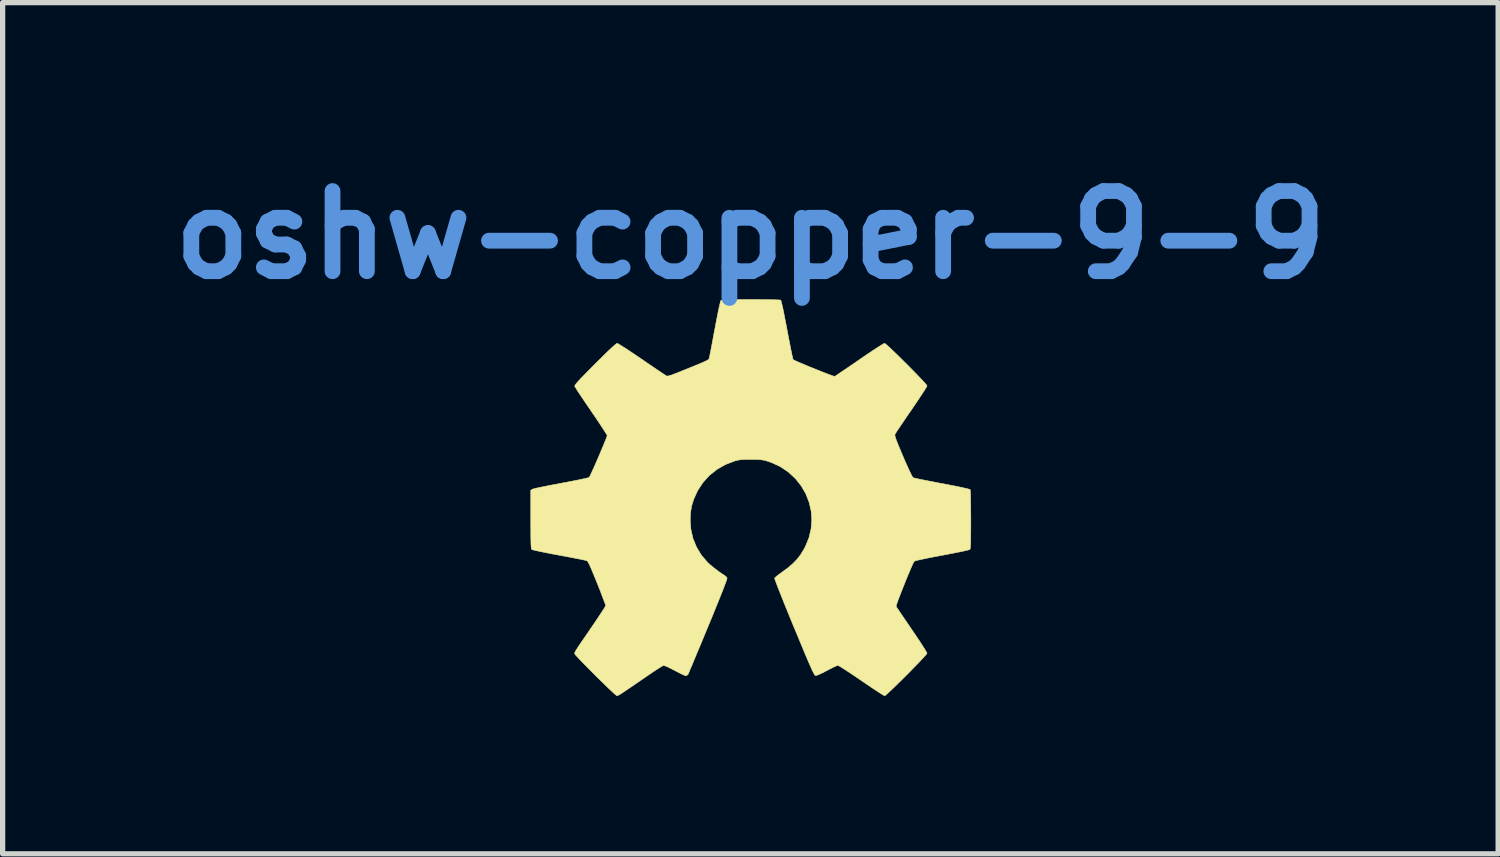
<source format=kicad_pcb>
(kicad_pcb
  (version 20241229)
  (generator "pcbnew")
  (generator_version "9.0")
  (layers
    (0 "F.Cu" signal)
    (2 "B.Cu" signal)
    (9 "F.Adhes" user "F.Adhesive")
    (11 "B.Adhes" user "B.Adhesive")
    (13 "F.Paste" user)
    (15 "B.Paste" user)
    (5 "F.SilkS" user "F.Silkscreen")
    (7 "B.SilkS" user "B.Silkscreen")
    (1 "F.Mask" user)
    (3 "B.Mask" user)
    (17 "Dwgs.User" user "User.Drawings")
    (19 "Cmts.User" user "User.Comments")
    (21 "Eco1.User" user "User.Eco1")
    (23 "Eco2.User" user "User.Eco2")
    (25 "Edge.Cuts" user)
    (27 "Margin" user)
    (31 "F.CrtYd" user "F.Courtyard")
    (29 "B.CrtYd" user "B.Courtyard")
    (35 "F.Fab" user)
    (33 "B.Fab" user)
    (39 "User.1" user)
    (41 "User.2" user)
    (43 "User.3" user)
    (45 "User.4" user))
  (footprint "oshw-copper-9-9"
    (layer "F.Cu")
    (at 11.22 6.498)
    (property "Reference" "oshw-copper-9-9" (at 0 -5.08 0) (layer "Cmts.User") (effects (font (size 1.524 1.524) (thickness 0.3))))
    (attr through_hole)
    (fp_poly (pts (xy 0.128 -3.852) (xy 0.242 -3.851) (xy 0.344 -3.85) (xy 0.432 -3.848) (xy 0.501 -3.846) (xy 0.55 -3.844) (xy 0.574 -3.841) (xy 0.576 -3.84) (xy 0.583 -3.824) (xy 0.594 -3.781) (xy 0.61 -3.715) (xy 0.629 -3.626) (xy 0.65 -3.518) (xy 0.675 -3.391) (xy 0.697 -3.275) (xy 0.72 -3.154) (xy 0.742 -3.041) (xy 0.762 -2.94) (xy 0.779 -2.853) (xy 0.794 -2.784) (xy 0.805 -2.736) (xy 0.812 -2.711) (xy 0.813 -2.709) (xy 0.831 -2.699) (xy 0.87 -2.681) (xy 0.927 -2.656) (xy 0.998 -2.626) (xy 1.078 -2.592) (xy 1.165 -2.557) (xy 1.254 -2.521) (xy 1.34 -2.486) (xy 1.421 -2.455) (xy 1.491 -2.428) (xy 1.547 -2.407) (xy 1.586 -2.394) (xy 1.602 -2.39) (xy 1.602 -2.39) (xy 1.617 -2.399) (xy 1.652 -2.422) (xy 1.705 -2.458) (xy 1.774 -2.505) (xy 1.856 -2.56) (xy 1.948 -2.623) (xy 2.047 -2.691) (xy 2.071 -2.708) (xy 2.172 -2.777) (xy 2.267 -2.841) (xy 2.352 -2.898) (xy 2.426 -2.946) (xy 2.485 -2.983) (xy 2.527 -3.008) (xy 2.548 -3.019) (xy 2.55 -3.02) (xy 2.566 -3.01) (xy 2.599 -2.983) (xy 2.646 -2.94) (xy 2.704 -2.885) (xy 2.772 -2.82) (xy 2.846 -2.748) (xy 2.923 -2.671) (xy 3.002 -2.593) (xy 3.079 -2.515) (xy 3.151 -2.441) (xy 3.217 -2.372) (xy 3.273 -2.313) (xy 3.317 -2.264) (xy 3.347 -2.23) (xy 3.358 -2.212) (xy 3.358 -2.211) (xy 3.351 -2.194) (xy 3.329 -2.157) (xy 3.294 -2.102) (xy 3.248 -2.032) (xy 3.194 -1.949) (xy 3.132 -1.858) (xy 3.065 -1.759) (xy 3.061 -1.753) (xy 2.992 -1.654) (xy 2.929 -1.561) (xy 2.872 -1.477) (xy 2.824 -1.405) (xy 2.786 -1.349) (xy 2.761 -1.309) (xy 2.749 -1.29) (xy 2.749 -1.29) (xy 2.747 -1.277) (xy 2.75 -1.255) (xy 2.759 -1.222) (xy 2.776 -1.175) (xy 2.801 -1.111) (xy 2.835 -1.028) (xy 2.879 -0.923) (xy 2.902 -0.869) (xy 2.947 -0.764) (xy 2.989 -0.671) (xy 3.026 -0.591) (xy 3.056 -0.528) (xy 3.079 -0.485) (xy 3.092 -0.465) (xy 3.094 -0.464) (xy 3.113 -0.459) (xy 3.156 -0.449) (xy 3.221 -0.435) (xy 3.304 -0.418) (xy 3.402 -0.399) (xy 3.512 -0.378) (xy 3.63 -0.355) (xy 3.643 -0.353) (xy 3.778 -0.327) (xy 3.897 -0.304) (xy 3.998 -0.283) (xy 4.079 -0.265) (xy 4.137 -0.251) (xy 4.171 -0.241) (xy 4.179 -0.237) (xy 4.182 -0.219) (xy 4.184 -0.176) (xy 4.186 -0.112) (xy 4.188 -0.028) (xy 4.189 0.071) (xy 4.19 0.182) (xy 4.191 0.303) (xy 4.191 0.333) (xy 4.191 0.477) (xy 4.19 0.594) (xy 4.189 0.688) (xy 4.188 0.761) (xy 4.186 0.816) (xy 4.183 0.856) (xy 4.18 0.881) (xy 4.175 0.896) (xy 4.171 0.902) (xy 4.153 0.908) (xy 4.11 0.919) (xy 4.047 0.933) (xy 3.965 0.95) (xy 3.868 0.969) (xy 3.76 0.99) (xy 3.645 1.012) (xy 3.517 1.036) (xy 3.402 1.058) (xy 3.303 1.079) (xy 3.222 1.096) (xy 3.162 1.11) (xy 3.126 1.121) (xy 3.116 1.125) (xy 3.105 1.143) (xy 3.085 1.183) (xy 3.059 1.242) (xy 3.028 1.314) (xy 2.993 1.397) (xy 2.956 1.487) (xy 2.919 1.58) (xy 2.883 1.671) (xy 2.849 1.758) (xy 2.819 1.835) (xy 2.795 1.901) (xy 2.779 1.949) (xy 2.771 1.978) (xy 2.771 1.983) (xy 2.78 1.998) (xy 2.804 2.034) (xy 2.84 2.088) (xy 2.886 2.156) (xy 2.941 2.237) (xy 3.003 2.328) (xy 3.068 2.424) (xy 3.135 2.522) (xy 3.196 2.613) (xy 3.25 2.695) (xy 3.295 2.765) (xy 3.329 2.82) (xy 3.351 2.857) (xy 3.358 2.874) (xy 3.349 2.89) (xy 3.321 2.922) (xy 3.279 2.969) (xy 3.224 3.028) (xy 3.159 3.095) (xy 3.087 3.169) (xy 3.011 3.247) (xy 2.933 3.325) (xy 2.855 3.402) (xy 2.781 3.475) (xy 2.713 3.541) (xy 2.653 3.597) (xy 2.605 3.642) (xy 2.571 3.671) (xy 2.553 3.683) (xy 2.552 3.683) (xy 2.536 3.675) (xy 2.499 3.653) (xy 2.445 3.619) (xy 2.375 3.573) (xy 2.294 3.519) (xy 2.203 3.458) (xy 2.109 3.394) (xy 2.012 3.327) (xy 1.921 3.266) (xy 1.839 3.212) (xy 1.77 3.167) (xy 1.716 3.133) (xy 1.679 3.112) (xy 1.663 3.104) (xy 1.643 3.111) (xy 1.602 3.129) (xy 1.548 3.155) (xy 1.483 3.188) (xy 1.454 3.204) (xy 1.383 3.241) (xy 1.321 3.27) (xy 1.273 3.291) (xy 1.243 3.299) (xy 1.238 3.299) (xy 1.231 3.295) (xy 1.222 3.285) (xy 1.21 3.265) (xy 1.194 3.235) (xy 1.173 3.193) (xy 1.148 3.136) (xy 1.116 3.065) (xy 1.078 2.976) (xy 1.032 2.868) (xy 0.979 2.739) (xy 0.916 2.588) (xy 0.843 2.412) (xy 0.83 2.382) (xy 0.767 2.229) (xy 0.708 2.084) (xy 0.653 1.949) (xy 0.603 1.825) (xy 0.56 1.715) (xy 0.523 1.621) (xy 0.494 1.545) (xy 0.473 1.489) (xy 0.462 1.456) (xy 0.46 1.447) (xy 0.475 1.43) (xy 0.508 1.402) (xy 0.553 1.367) (xy 0.598 1.335) (xy 0.715 1.249) (xy 0.81 1.167) (xy 0.889 1.085) (xy 0.957 0.997) (xy 1.017 0.898) (xy 1.047 0.841) (xy 1.113 0.679) (xy 1.153 0.512) (xy 1.167 0.342) (xy 1.155 0.172) (xy 1.117 0.006) (xy 1.055 -0.155) (xy 0.968 -0.306) (xy 0.858 -0.445) (xy 0.849 -0.454) (xy 0.717 -0.575) (xy 0.569 -0.674) (xy 0.404 -0.751) (xy 0.324 -0.778) (xy 0.278 -0.792) (xy 0.234 -0.801) (xy 0.186 -0.807) (xy 0.126 -0.81) (xy 0.049 -0.811) (xy 0.007 -0.811) (xy -0.081 -0.811) (xy -0.147 -0.809) (xy -0.2 -0.804) (xy -0.245 -0.796) (xy -0.29 -0.785) (xy -0.31 -0.778) (xy -0.483 -0.711) (xy -0.639 -0.62) (xy -0.778 -0.509) (xy -0.898 -0.378) (xy -0.997 -0.229) (xy -1.024 -0.176) (xy -1.081 -0.046) (xy -1.119 0.077) (xy -1.139 0.204) (xy -1.145 0.339) (xy -1.132 0.519) (xy -1.092 0.692) (xy -1.026 0.854) (xy -0.935 1.005) (xy -0.822 1.139) (xy -0.772 1.186) (xy -0.706 1.241) (xy -0.634 1.297) (xy -0.564 1.348) (xy -0.504 1.387) (xy -0.497 1.391) (xy -0.464 1.416) (xy -0.445 1.442) (xy -0.444 1.446) (xy -0.448 1.465) (xy -0.462 1.508) (xy -0.487 1.574) (xy -0.52 1.662) (xy -0.563 1.77) (xy -0.614 1.897) (xy -0.673 2.042) (xy -0.738 2.203) (xy -0.804 2.36) (xy -0.866 2.511) (xy -0.925 2.654) (xy -0.981 2.787) (xy -1.032 2.909) (xy -1.077 3.017) (xy -1.115 3.11) (xy -1.147 3.183) (xy -1.169 3.237) (xy -1.182 3.268) (xy -1.185 3.274) (xy -1.208 3.296) (xy -1.227 3.302) (xy -1.249 3.296) (xy -1.29 3.278) (xy -1.345 3.251) (xy -1.41 3.218) (xy -1.44 3.202) (xy -1.523 3.159) (xy -1.588 3.128) (xy -1.634 3.111) (xy -1.656 3.108) (xy -1.676 3.117) (xy -1.715 3.141) (xy -1.77 3.176) (xy -1.837 3.22) (xy -1.913 3.271) (xy -1.961 3.304) (xy -2.092 3.394) (xy -2.201 3.469) (xy -2.291 3.53) (xy -2.363 3.579) (xy -2.42 3.617) (xy -2.463 3.645) (xy -2.495 3.664) (xy -2.517 3.676) (xy -2.531 3.682) (xy -2.538 3.683) (xy -2.552 3.673) (xy -2.585 3.646) (xy -2.632 3.602) (xy -2.692 3.546) (xy -2.763 3.477) (xy -2.843 3.4) (xy -2.928 3.316) (xy -2.945 3.299) (xy -3.031 3.212) (xy -3.111 3.132) (xy -3.182 3.059) (xy -3.243 2.996) (xy -3.29 2.945) (xy -3.323 2.91) (xy -3.337 2.891) (xy -3.338 2.89) (xy -3.341 2.882) (xy -3.342 2.873) (xy -3.339 2.862) (xy -3.333 2.847) (xy -3.32 2.824) (xy -3.3 2.792) (xy -3.272 2.748) (xy -3.233 2.69) (xy -3.183 2.617) (xy -3.119 2.524) (xy -3.042 2.411) (xy -3.035 2.401) (xy -2.969 2.305) (xy -2.909 2.215) (xy -2.856 2.135) (xy -2.812 2.068) (xy -2.778 2.016) (xy -2.758 1.981) (xy -2.752 1.968) (xy -2.757 1.95) (xy -2.771 1.91) (xy -2.794 1.85) (xy -2.823 1.773) (xy -2.857 1.684) (xy -2.896 1.586) (xy -2.916 1.537) (xy -2.965 1.415) (xy -3.006 1.317) (xy -3.038 1.241) (xy -3.064 1.185) (xy -3.084 1.146) (xy -3.099 1.124) (xy -3.11 1.114) (xy -3.13 1.109) (xy -3.175 1.099) (xy -3.241 1.085) (xy -3.325 1.069) (xy -3.423 1.05) (xy -3.532 1.029) (xy -3.639 1.009) (xy -3.755 0.988) (xy -3.862 0.967) (xy -3.958 0.948) (xy -4.038 0.931) (xy -4.101 0.917) (xy -4.142 0.907) (xy -4.158 0.901) (xy -4.163 0.893) (xy -4.167 0.874) (xy -4.17 0.842) (xy -4.173 0.796) (xy -4.174 0.732) (xy -4.176 0.649) (xy -4.176 0.543) (xy -4.177 0.413) (xy -4.177 0.33) (xy -4.177 -0.225) (xy -4.145 -0.245) (xy -4.124 -0.252) (xy -4.079 -0.263) (xy -4.013 -0.278) (xy -3.928 -0.295) (xy -3.829 -0.315) (xy -3.719 -0.336) (xy -3.601 -0.358) (xy -3.598 -0.359) (xy -3.481 -0.381) (xy -3.372 -0.402) (xy -3.275 -0.421) (xy -3.192 -0.439) (xy -3.128 -0.453) (xy -3.085 -0.464) (xy -3.066 -0.47) (xy -3.066 -0.471) (xy -3.055 -0.488) (xy -3.036 -0.527) (xy -3.01 -0.585) (xy -2.977 -0.656) (xy -2.941 -0.738) (xy -2.903 -0.825) (xy -2.865 -0.914) (xy -2.828 -1.002) (xy -2.794 -1.083) (xy -2.765 -1.154) (xy -2.742 -1.211) (xy -2.728 -1.25) (xy -2.723 -1.266) (xy -2.731 -1.282) (xy -2.753 -1.318) (xy -2.788 -1.373) (xy -2.834 -1.443) (xy -2.888 -1.525) (xy -2.95 -1.617) (xy -3.018 -1.716) (xy -3.028 -1.732) (xy -3.097 -1.832) (xy -3.161 -1.926) (xy -3.217 -2.01) (xy -3.266 -2.083) (xy -3.303 -2.141) (xy -3.329 -2.182) (xy -3.34 -2.203) (xy -3.341 -2.204) (xy -3.339 -2.215) (xy -3.327 -2.234) (xy -3.305 -2.263) (xy -3.27 -2.303) (xy -3.221 -2.355) (xy -3.156 -2.422) (xy -3.075 -2.505) (xy -2.975 -2.606) (xy -2.955 -2.626) (xy -2.855 -2.725) (xy -2.766 -2.813) (xy -2.689 -2.887) (xy -2.626 -2.946) (xy -2.578 -2.989) (xy -2.547 -3.014) (xy -2.535 -3.02) (xy -2.518 -3.012) (xy -2.48 -2.99) (xy -2.425 -2.955) (xy -2.354 -2.91) (xy -2.271 -2.855) (xy -2.179 -2.793) (xy -2.08 -2.726) (xy -2.069 -2.719) (xy -1.969 -2.65) (xy -1.875 -2.586) (xy -1.791 -2.529) (xy -1.718 -2.48) (xy -1.66 -2.441) (xy -1.62 -2.414) (xy -1.6 -2.402) (xy -1.599 -2.401) (xy -1.587 -2.397) (xy -1.569 -2.398) (xy -1.542 -2.404) (xy -1.503 -2.416) (xy -1.449 -2.436) (xy -1.377 -2.464) (xy -1.284 -2.501) (xy -1.218 -2.528) (xy -1.102 -2.575) (xy -1.009 -2.613) (xy -0.937 -2.643) (xy -0.883 -2.667) (xy -0.844 -2.685) (xy -0.817 -2.699) (xy -0.801 -2.71) (xy -0.791 -2.72) (xy -0.786 -2.73) (xy -0.783 -2.737) (xy -0.779 -2.756) (xy -0.77 -2.801) (xy -0.757 -2.866) (xy -0.741 -2.95) (xy -0.722 -3.048) (xy -0.702 -3.158) (xy -0.68 -3.276) (xy -0.677 -3.288) (xy -0.655 -3.407) (xy -0.633 -3.517) (xy -0.614 -3.616) (xy -0.596 -3.7) (xy -0.581 -3.766) (xy -0.57 -3.811) (xy -0.564 -3.832) (xy -0.563 -3.833) (xy -0.555 -3.838) (xy -0.537 -3.842) (xy -0.508 -3.845) (xy -0.465 -3.848) (xy -0.405 -3.85) (xy -0.326 -3.851) (xy -0.226 -3.852) (xy -0.102 -3.852) (xy 0.005 -3.852) (xy 0.128 -3.852)) (stroke (width 0.01) (type solid)) (fill yes) (layer "F.SilkS")))
  (gr_rect
    (start -3 -3)
    (end 25.439 13.186)
    (stroke (width 0.1) (type default))
    (fill no)
    (layer "Edge.Cuts")))
</source>
